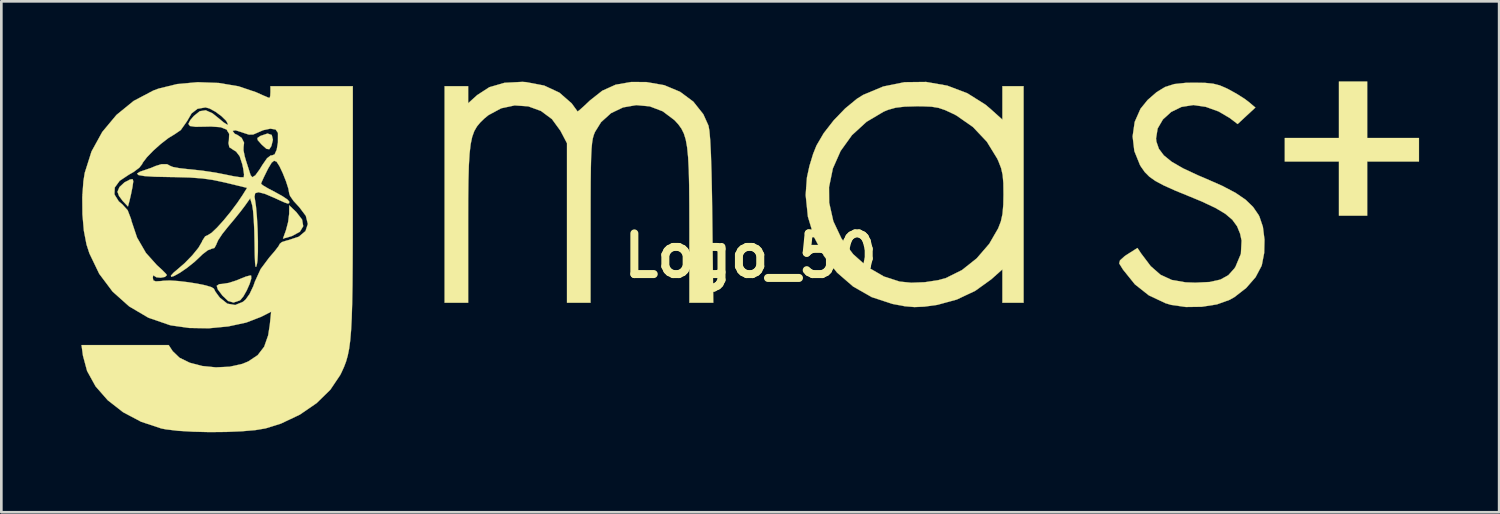
<source format=kicad_pcb>
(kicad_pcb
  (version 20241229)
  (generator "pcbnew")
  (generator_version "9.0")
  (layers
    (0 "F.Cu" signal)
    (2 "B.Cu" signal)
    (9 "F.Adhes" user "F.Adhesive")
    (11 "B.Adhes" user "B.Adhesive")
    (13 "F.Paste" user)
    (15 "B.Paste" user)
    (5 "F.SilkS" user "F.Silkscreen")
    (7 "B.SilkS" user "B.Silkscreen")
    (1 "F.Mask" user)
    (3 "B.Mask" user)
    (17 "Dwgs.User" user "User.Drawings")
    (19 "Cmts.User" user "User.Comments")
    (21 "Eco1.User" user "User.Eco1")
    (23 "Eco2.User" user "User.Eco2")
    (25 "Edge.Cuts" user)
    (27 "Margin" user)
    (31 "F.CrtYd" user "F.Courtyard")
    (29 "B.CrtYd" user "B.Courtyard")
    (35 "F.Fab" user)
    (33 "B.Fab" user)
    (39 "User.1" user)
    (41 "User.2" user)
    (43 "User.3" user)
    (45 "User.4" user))
  (footprint "Logo_50"
    (layer "F.Cu")
    (at 25.076 6.531)
    (property "Reference" "Logo_50" (at 0 0 0) (layer "F.SilkS") (effects (font (size 1.524 1.524) (thickness 0.3))))
    (attr through_hole)
    (fp_poly (pts (xy -17.943 -4.524) (xy -17.899 -4.342) (xy -17.957 -4.108) (xy -18.033 -3.989) (xy -18.14 -4.003) (xy -18.312 -4.155) (xy -18.337 -4.182) (xy -18.468 -4.33) (xy -18.481 -4.409) (xy -18.381 -4.478) (xy -18.359 -4.49) (xy -18.101 -4.577) (xy -17.943 -4.524)) (stroke (width 0.01) (type solid)) (fill yes) (layer "F.SilkS"))
    (fp_poly (pts (xy -17.022 -1.632) (xy -16.806 -1.353) (xy -16.763 -1.104) (xy -16.889 -0.896) (xy -17.183 -0.737) (xy -17.264 -0.712) (xy -17.523 -0.638) (xy -17.408 -0.958) (xy -17.328 -1.264) (xy -17.29 -1.567) (xy -17.29 -1.582) (xy -17.286 -1.885) (xy -17.022 -1.632)) (stroke (width 0.01) (type solid)) (fill yes) (layer "F.SilkS"))
    (fp_poly (pts (xy 23.107 -4.41) (xy 25.047 -4.41) (xy 25.047 -3.528) (xy 23.107 -3.528) (xy 23.107 -1.499) (xy 22.049 -1.499) (xy 22.049 -3.528) (xy 20.02 -3.528) (xy 20.02 -4.41) (xy 22.049 -4.41) (xy 22.049 -6.526) (xy 23.107 -6.526) (xy 23.107 -4.41)) (stroke (width 0.01) (type solid)) (fill yes) (layer "F.SilkS"))
    (fp_poly (pts (xy -23.131 -2.792) (xy -23.16 -2.585) (xy -23.161 -2.578) (xy -23.217 -2.3) (xy -23.272 -2.062) (xy -23.277 -2.045) (xy -23.331 -1.842) (xy -23.528 -2.051) (xy -23.666 -2.237) (xy -23.724 -2.393) (xy -23.724 -2.395) (xy -23.649 -2.572) (xy -23.461 -2.746) (xy -23.258 -2.852) (xy -23.159 -2.868) (xy -23.131 -2.792)) (stroke (width 0.01) (type solid)) (fill yes) (layer "F.SilkS"))
    (fp_poly (pts (xy -18.715 0.746) (xy -18.71 0.859) (xy -18.774 1.064) (xy -18.881 1.304) (xy -19.004 1.523) (xy -19.118 1.662) (xy -19.14 1.677) (xy -19.374 1.756) (xy -19.576 1.699) (xy -19.792 1.493) (xy -19.965 1.263) (xy -20.004 1.128) (xy -19.909 1.067) (xy -19.778 1.056) (xy -19.549 1.019) (xy -19.259 0.925) (xy -19.147 0.878) (xy -18.913 0.784) (xy -18.752 0.742) (xy -18.715 0.746)) (stroke (width 0.01) (type solid)) (fill yes) (layer "F.SilkS"))
    (fp_poly (pts (xy 7.373 -6.371) (xy 8.124 -6.086) (xy 8.802 -5.659) (xy 8.991 -5.5) (xy 9.437 -5.099) (xy 9.437 -6.35) (xy 10.231 -6.35) (xy 10.231 1.764) (xy 9.437 1.764) (xy 9.437 0.514) (xy 9.018 0.887) (xy 8.421 1.316) (xy 7.727 1.644) (xy 7.001 1.842) (xy 6.967 1.848) (xy 6.51 1.91) (xy 6.142 1.926) (xy 5.782 1.895) (xy 5.35 1.814) (xy 5.315 1.807) (xy 4.538 1.552) (xy 3.843 1.155) (xy 3.243 0.635) (xy 2.751 0.012) (xy 2.382 -0.693) (xy 2.149 -1.461) (xy 2.065 -2.272) (xy 2.086 -2.569) (xy 2.941 -2.569) (xy 2.945 -1.989) (xy 3.102 -1.29) (xy 3.409 -0.639) (xy 3.842 -0.059) (xy 4.379 0.422) (xy 4.996 0.78) (xy 5.588 0.971) (xy 6.022 1.014) (xy 6.532 0.994) (xy 7.033 0.918) (xy 7.323 0.837) (xy 7.921 0.54) (xy 8.474 0.101) (xy 8.945 -0.445) (xy 9.278 -1.021) (xy 9.38 -1.284) (xy 9.441 -1.562) (xy 9.471 -1.911) (xy 9.478 -2.293) (xy 9.473 -2.719) (xy 9.446 -3.028) (xy 9.389 -3.281) (xy 9.289 -3.537) (xy 9.245 -3.635) (xy 8.855 -4.27) (xy 8.333 -4.822) (xy 7.718 -5.251) (xy 7.596 -5.314) (xy 7.293 -5.455) (xy 7.042 -5.54) (xy 6.78 -5.583) (xy 6.439 -5.597) (xy 6.22 -5.598) (xy 5.771 -5.585) (xy 5.437 -5.545) (xy 5.157 -5.467) (xy 4.99 -5.398) (xy 4.344 -5.015) (xy 3.8 -4.516) (xy 3.375 -3.925) (xy 3.084 -3.267) (xy 2.941 -2.569) (xy 2.086 -2.569) (xy 2.113 -2.932) (xy 2.206 -3.359) (xy 2.345 -3.815) (xy 2.471 -4.129) (xy 2.741 -4.59) (xy 3.114 -5.069) (xy 3.544 -5.515) (xy 3.983 -5.877) (xy 4.219 -6.025) (xy 4.973 -6.34) (xy 5.769 -6.501) (xy 6.579 -6.51) (xy 7.373 -6.371)) (stroke (width 0.01) (type solid)) (fill yes) (layer "F.SilkS"))
    (fp_poly (pts (xy -8.412 -6.504) (xy -7.734 -6.375) (xy -7.163 -6.109) (xy -6.703 -5.707) (xy -6.482 -5.403) (xy -6.418 -5.449) (xy -6.26 -5.589) (xy -6.042 -5.794) (xy -6.017 -5.818) (xy -5.557 -6.181) (xy -5.056 -6.407) (xy -4.476 -6.508) (xy -3.908 -6.506) (xy -3.234 -6.389) (xy -2.639 -6.14) (xy -2.144 -5.772) (xy -1.77 -5.301) (xy -1.576 -4.871) (xy -1.542 -4.675) (xy -1.511 -4.317) (xy -1.485 -3.792) (xy -1.463 -3.098) (xy -1.445 -2.233) (xy -1.434 -1.389) (xy -1.397 1.764) (xy -2.293 1.764) (xy -2.293 -1.01) (xy -2.295 -1.897) (xy -2.301 -2.627) (xy -2.315 -3.219) (xy -2.34 -3.691) (xy -2.377 -4.062) (xy -2.429 -4.352) (xy -2.5 -4.579) (xy -2.591 -4.762) (xy -2.705 -4.92) (xy -2.845 -5.072) (xy -2.856 -5.083) (xy -3.291 -5.41) (xy -3.777 -5.595) (xy -4.283 -5.642) (xy -4.777 -5.556) (xy -5.227 -5.342) (xy -5.601 -5.005) (xy -5.831 -4.634) (xy -5.875 -4.524) (xy -5.911 -4.396) (xy -5.938 -4.229) (xy -5.959 -4.004) (xy -5.974 -3.702) (xy -5.984 -3.304) (xy -5.991 -2.789) (xy -5.994 -2.138) (xy -5.995 -1.332) (xy -5.995 -1.257) (xy -5.997 1.764) (xy -6.879 1.764) (xy -6.879 -4.213) (xy -7.125 -4.683) (xy -7.442 -5.117) (xy -7.854 -5.423) (xy -8.33 -5.596) (xy -8.838 -5.631) (xy -9.345 -5.523) (xy -9.821 -5.267) (xy -9.972 -5.144) (xy -10.126 -4.995) (xy -10.252 -4.843) (xy -10.353 -4.669) (xy -10.431 -4.453) (xy -10.489 -4.178) (xy -10.53 -3.823) (xy -10.557 -3.371) (xy -10.573 -2.801) (xy -10.581 -2.096) (xy -10.583 -1.237) (xy -10.583 -1.086) (xy -10.583 1.764) (xy -11.465 1.764) (xy -11.465 -6.35) (xy -10.583 -6.35) (xy -10.583 -5.712) (xy -10.243 -6.019) (xy -9.789 -6.313) (xy -9.221 -6.478) (xy -8.553 -6.513) (xy -8.412 -6.504)) (stroke (width 0.01) (type solid)) (fill yes) (layer "F.SilkS"))
    (fp_poly (pts (xy 17.037 -6.475) (xy 17.335 -6.445) (xy 17.581 -6.382) (xy 17.836 -6.272) (xy 17.903 -6.239) (xy 18.218 -6.065) (xy 18.51 -5.88) (xy 18.653 -5.773) (xy 18.918 -5.551) (xy 18.252 -4.933) (xy 17.962 -5.155) (xy 17.54 -5.404) (xy 17.059 -5.577) (xy 16.601 -5.644) (xy 16.588 -5.644) (xy 16.15 -5.575) (xy 15.762 -5.386) (xy 15.454 -5.107) (xy 15.255 -4.766) (xy 15.195 -4.392) (xy 15.208 -4.274) (xy 15.301 -4.006) (xy 15.486 -3.759) (xy 15.78 -3.52) (xy 16.203 -3.275) (xy 16.773 -3.009) (xy 17.028 -2.901) (xy 17.675 -2.617) (xy 18.174 -2.355) (xy 18.551 -2.097) (xy 18.831 -1.826) (xy 19.038 -1.525) (xy 19.068 -1.468) (xy 19.199 -1.081) (xy 19.259 -0.602) (xy 19.247 -0.102) (xy 19.16 0.347) (xy 19.147 0.386) (xy 18.925 0.806) (xy 18.575 1.208) (xy 18.139 1.548) (xy 17.953 1.654) (xy 17.477 1.825) (xy 16.908 1.915) (xy 16.314 1.923) (xy 15.76 1.844) (xy 15.549 1.781) (xy 14.923 1.486) (xy 14.402 1.074) (xy 13.958 0.522) (xy 13.814 0.29) (xy 13.844 0.176) (xy 14.023 0.015) (xy 14.126 -0.053) (xy 14.499 -0.289) (xy 14.636 -0.082) (xy 14.994 0.392) (xy 15.363 0.715) (xy 15.785 0.91) (xy 16.302 0.999) (xy 16.669 1.012) (xy 17.205 0.986) (xy 17.606 0.896) (xy 17.904 0.731) (xy 18.132 0.477) (xy 18.172 0.415) (xy 18.374 -0.068) (xy 18.401 -0.564) (xy 18.346 -0.823) (xy 18.231 -1.103) (xy 18.053 -1.347) (xy 17.788 -1.571) (xy 17.414 -1.793) (xy 16.908 -2.031) (xy 16.477 -2.209) (xy 15.912 -2.44) (xy 15.487 -2.631) (xy 15.174 -2.798) (xy 14.945 -2.959) (xy 14.773 -3.132) (xy 14.632 -3.333) (xy 14.594 -3.395) (xy 14.382 -3.919) (xy 14.317 -4.47) (xy 14.395 -5.012) (xy 14.612 -5.504) (xy 14.879 -5.834) (xy 15.219 -6.13) (xy 15.534 -6.322) (xy 15.88 -6.431) (xy 16.313 -6.477) (xy 16.625 -6.482) (xy 17.037 -6.475)) (stroke (width 0.01) (type solid)) (fill yes) (layer "F.SilkS"))
    (fp_poly (pts (xy -19.932 -6.472) (xy -19.187 -6.347) (xy -18.536 -6.127) (xy -18.532 -6.126) (xy -18.274 -6.01) (xy -18.089 -5.931) (xy -18.025 -5.909) (xy -18 -5.985) (xy -17.992 -6.13) (xy -17.992 -6.35) (xy -14.905 -6.35) (xy -14.906 -1.742) (xy -14.907 -0.635) (xy -14.911 0.311) (xy -14.917 1.112) (xy -14.929 1.784) (xy -14.946 2.341) (xy -14.97 2.8) (xy -15.002 3.177) (xy -15.043 3.487) (xy -15.095 3.745) (xy -15.158 3.968) (xy -15.235 4.17) (xy -15.325 4.368) (xy -15.377 4.473) (xy -15.748 5.024) (xy -16.262 5.526) (xy -16.889 5.956) (xy -17.6 6.293) (xy -18.174 6.472) (xy -18.553 6.536) (xy -19.061 6.58) (xy -19.651 6.605) (xy -20.278 6.611) (xy -20.893 6.596) (xy -21.451 6.563) (xy -21.905 6.509) (xy -22.084 6.474) (xy -22.84 6.223) (xy -23.515 5.865) (xy -24.09 5.416) (xy -24.545 4.896) (xy -24.862 4.321) (xy -25.017 3.748) (xy -25.071 3.351) (xy -21.804 3.351) (xy -21.654 3.58) (xy -21.398 3.825) (xy -21.016 4.012) (xy -20.548 4.134) (xy -20.036 4.185) (xy -19.521 4.161) (xy -19.045 4.055) (xy -18.824 3.964) (xy -18.47 3.728) (xy -18.227 3.413) (xy -18.077 2.985) (xy -18.016 2.596) (xy -17.965 2.1) (xy -18.341 2.291) (xy -18.902 2.507) (xy -19.573 2.651) (xy -20.301 2.721) (xy -21.032 2.709) (xy -21.712 2.613) (xy -21.764 2.601) (xy -22.567 2.324) (xy -23.287 1.9) (xy -23.907 1.346) (xy -24.409 0.677) (xy -24.777 -0.089) (xy -24.884 -0.42) (xy -24.983 -0.934) (xy -25.037 -1.548) (xy -25.043 -2.191) (xy -25.036 -2.296) (xy -23.838 -2.296) (xy -23.678 -2.039) (xy -23.54 -1.921) (xy -23.343 -1.704) (xy -23.217 -1.378) (xy -23.198 -1.296) (xy -22.99 -0.678) (xy -22.658 -0.104) (xy -22.25 0.351) (xy -22.045 0.539) (xy -21.908 0.678) (xy -21.872 0.728) (xy -21.945 0.796) (xy -22.104 0.826) (xy -22.265 0.81) (xy -22.331 0.768) (xy -22.386 0.733) (xy -22.4 0.828) (xy -22.38 0.927) (xy -22.289 0.963) (xy -22.083 0.95) (xy -21.996 0.939) (xy -21.761 0.93) (xy -21.444 0.951) (xy -21.087 0.993) (xy -20.732 1.049) (xy -20.423 1.113) (xy -20.201 1.179) (xy -20.109 1.238) (xy -20.108 1.242) (xy -20.056 1.346) (xy -19.927 1.524) (xy -19.88 1.581) (xy -19.607 1.799) (xy -19.312 1.849) (xy -19.021 1.729) (xy -18.92 1.642) (xy -18.772 1.434) (xy -18.632 1.139) (xy -18.575 0.975) (xy -18.358 0.5) (xy -18.039 0.073) (xy -17.837 -0.162) (xy -17.693 -0.348) (xy -17.639 -0.447) (xy -17.562 -0.51) (xy -17.372 -0.57) (xy -17.329 -0.579) (xy -16.927 -0.712) (xy -16.679 -0.921) (xy -16.59 -1.187) (xy -16.666 -1.493) (xy -16.913 -1.821) (xy -16.933 -1.842) (xy -17.129 -2.055) (xy -17.257 -2.24) (xy -17.286 -2.324) (xy -17.321 -2.516) (xy -17.41 -2.792) (xy -17.529 -3.091) (xy -17.652 -3.352) (xy -17.756 -3.514) (xy -17.77 -3.526) (xy -17.856 -3.558) (xy -17.947 -3.484) (xy -18.071 -3.279) (xy -18.119 -3.185) (xy -18.242 -2.935) (xy -18.324 -2.754) (xy -18.344 -2.694) (xy -18.272 -2.634) (xy -18.082 -2.522) (xy -17.815 -2.381) (xy -17.815 -2.381) (xy -17.548 -2.234) (xy -17.358 -2.107) (xy -17.286 -2.027) (xy -17.293 -1.967) (xy -17.337 -1.952) (xy -17.455 -1.99) (xy -17.68 -2.091) (xy -17.829 -2.16) (xy -18.2 -2.318) (xy -18.439 -2.378) (xy -18.564 -2.342) (xy -18.589 -2.208) (xy -18.577 -2.139) (xy -18.534 -1.849) (xy -18.499 -1.453) (xy -18.474 -1.001) (xy -18.461 -0.544) (xy -18.462 -0.132) (xy -18.478 0.185) (xy -18.496 0.309) (xy -18.528 0.419) (xy -18.552 0.406) (xy -18.568 0.258) (xy -18.58 -0.04) (xy -18.587 -0.485) (xy -18.597 -0.941) (xy -18.617 -1.355) (xy -18.643 -1.683) (xy -18.673 -1.881) (xy -18.675 -1.89) (xy -18.751 -2.149) (xy -18.95 -1.869) (xy -19.109 -1.659) (xy -19.336 -1.377) (xy -19.581 -1.084) (xy -19.584 -1.081) (xy -19.795 -0.816) (xy -19.949 -0.584) (xy -20.018 -0.431) (xy -20.019 -0.419) (xy -20.092 -0.288) (xy -20.18 -0.265) (xy -20.338 -0.204) (xy -20.537 -0.052) (xy -20.599 0.009) (xy -20.836 0.232) (xy -21.114 0.454) (xy -21.386 0.641) (xy -21.608 0.763) (xy -21.712 0.793) (xy -21.721 0.746) (xy -21.612 0.628) (xy -21.519 0.551) (xy -21.206 0.281) (xy -20.918 -0.015) (xy -20.69 -0.295) (xy -20.559 -0.518) (xy -20.546 -0.558) (xy -20.438 -0.723) (xy -20.325 -0.777) (xy -20.196 -0.858) (xy -19.994 -1.05) (xy -19.747 -1.323) (xy -19.484 -1.644) (xy -19.232 -1.98) (xy -19.041 -2.263) (xy -18.867 -2.541) (xy -19.686 -2.74) (xy -20.116 -2.832) (xy -20.54 -2.894) (xy -21.014 -2.929) (xy -21.594 -2.945) (xy -21.762 -2.947) (xy -22.326 -2.958) (xy -22.717 -2.983) (xy -22.938 -3.022) (xy -22.989 -3.077) (xy -22.875 -3.149) (xy -22.703 -3.207) (xy -22.462 -3.29) (xy -22.292 -3.362) (xy -22.072 -3.429) (xy -21.863 -3.427) (xy -21.748 -3.365) (xy -21.644 -3.323) (xy -21.41 -3.28) (xy -21.091 -3.243) (xy -21.005 -3.236) (xy -20.553 -3.187) (xy -20.062 -3.114) (xy -19.672 -3.038) (xy -19.359 -2.974) (xy -19.118 -2.939) (xy -18.995 -2.938) (xy -18.99 -2.941) (xy -18.981 -3.047) (xy -19.012 -3.265) (xy -19.046 -3.423) (xy -19.145 -3.727) (xy -19.279 -3.902) (xy -19.375 -3.96) (xy -19.533 -4.065) (xy -19.564 -4.22) (xy -19.548 -4.321) (xy -19.538 -4.565) (xy -19.598 -4.665) (xy -19.403 -4.665) (xy -19.329 -4.568) (xy -19.229 -4.524) (xy -19.07 -4.414) (xy -18.98 -4.234) (xy -18.999 -4.069) (xy -19.001 -3.946) (xy -18.955 -3.719) (xy -18.909 -3.561) (xy -18.822 -3.29) (xy -18.755 -3.08) (xy -18.734 -3.015) (xy -18.669 -2.94) (xy -18.557 -3.011) (xy -18.393 -3.237) (xy -18.29 -3.405) (xy -18.119 -3.651) (xy -17.98 -3.757) (xy -17.937 -3.756) (xy -17.836 -3.796) (xy -17.757 -3.971) (xy -17.711 -4.241) (xy -17.71 -4.566) (xy -17.713 -4.608) (xy -17.798 -4.728) (xy -17.995 -4.76) (xy -18.265 -4.702) (xy -18.445 -4.624) (xy -18.636 -4.541) (xy -18.8 -4.537) (xy -19.024 -4.61) (xy -19.058 -4.623) (xy -19.296 -4.698) (xy -19.399 -4.681) (xy -19.403 -4.665) (xy -19.598 -4.665) (xy -19.634 -4.726) (xy -19.855 -4.814) (xy -20.22 -4.84) (xy -20.43 -4.835) (xy -20.799 -4.829) (xy -21.007 -4.859) (xy -21.067 -4.938) (xy -20.995 -5.08) (xy -20.862 -5.235) (xy -20.639 -5.414) (xy -20.416 -5.448) (xy -20.161 -5.333) (xy -19.932 -5.149) (xy -19.74 -4.99) (xy -19.611 -4.911) (xy -19.579 -4.919) (xy -19.65 -5.055) (xy -19.825 -5.227) (xy -20.052 -5.395) (xy -20.277 -5.517) (xy -20.426 -5.556) (xy -20.726 -5.504) (xy -20.949 -5.33) (xy -21.114 -5.045) (xy -21.352 -4.707) (xy -21.576 -4.554) (xy -21.818 -4.406) (xy -22.101 -4.187) (xy -22.384 -3.934) (xy -22.622 -3.688) (xy -22.775 -3.487) (xy -22.802 -3.429) (xy -22.907 -3.296) (xy -23.119 -3.137) (xy -23.294 -3.037) (xy -23.643 -2.805) (xy -23.825 -2.555) (xy -23.838 -2.296) (xy -25.036 -2.296) (xy -25 -2.793) (xy -24.95 -3.105) (xy -24.696 -3.906) (xy -24.294 -4.636) (xy -23.762 -5.274) (xy -23.119 -5.798) (xy -22.384 -6.186) (xy -22.186 -6.26) (xy -21.487 -6.431) (xy -20.718 -6.501) (xy -19.932 -6.472)) (stroke (width 0.01) (type solid)) (fill yes) (layer "F.SilkS")))
  (gr_rect
    (start -3 -3)
    (end 53.128 16.147)
    (stroke (width 0.1) (type default))
    (fill no)
    (layer "Edge.Cuts")))
</source>
